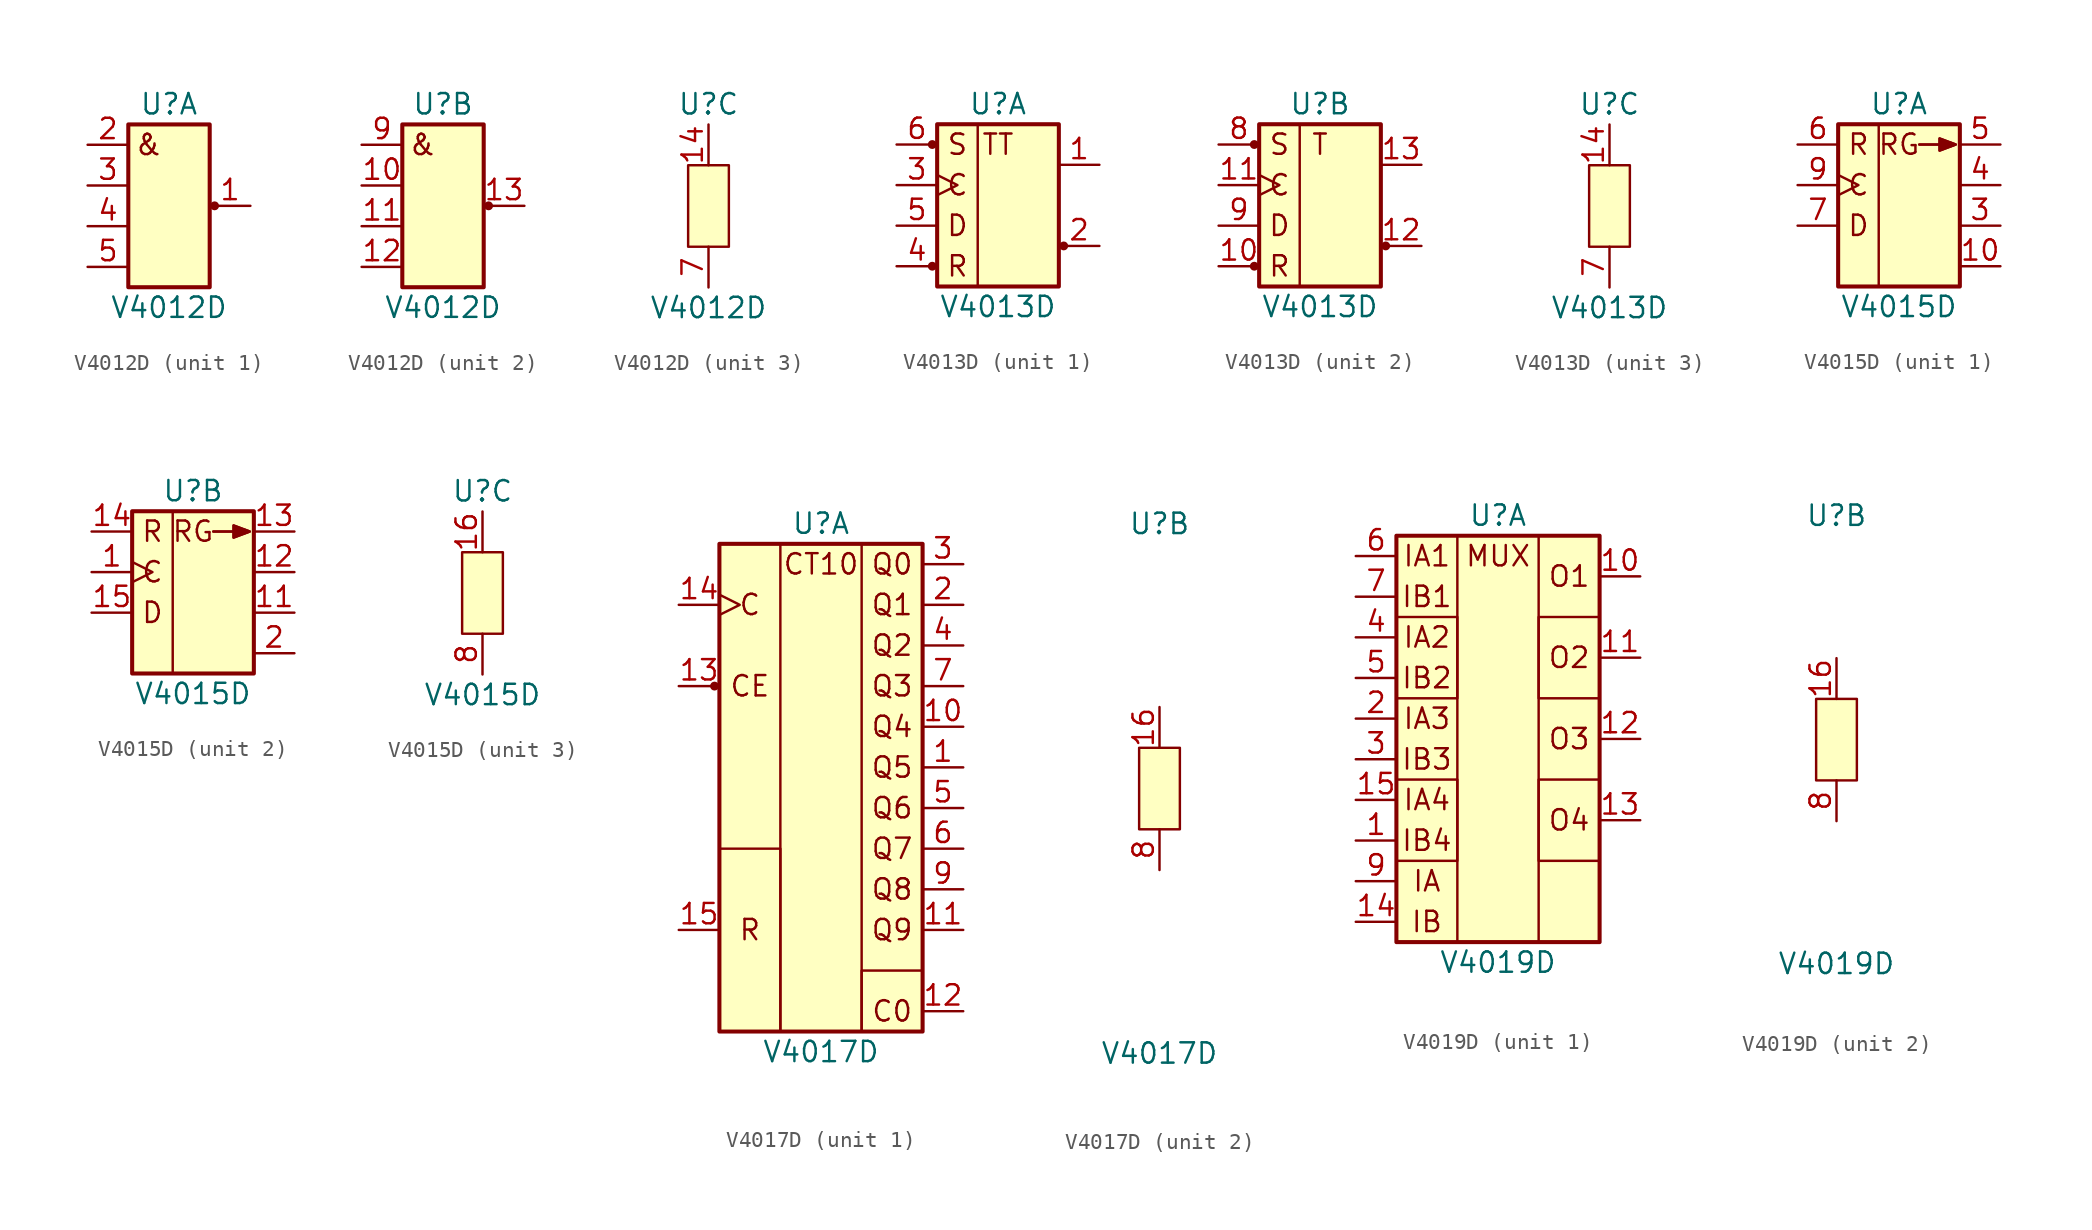
<source format=kicad_sym>
(kicad_symbol_lib
  (version 20211014)
  (generator kicad_symbol_editor)
  (symbol "V4012D"
    (pin_names
      (offset 1.016) hide)
    (property "Reference" "U"
      (at 0 6.35 0)
      (effects (font (size 1.27 1.27))))
    (property "Value" "V4012D"
      (at 0 -6.35 0)
      (effects (font (size 1.27 1.27))))
    (property "ki_locked" ""
      (at 0 0 0)
      (effects (font (size 1.27 1.27))))
    (symbol "V4012D_1_0"
      (pin output line (at 5.08 0 180) (length 2.54) (name "Y1" (effects (font (size 1.27 1.27)))) (number "1" (effects (font (size 1.27 1.27))))))
    (symbol "V4012D_1_1"
      (rectangle (start -2.54 5.08) (end 2.54 -5.08) (stroke (width 0.254) (type default) (color 0 0 0 0)) (fill (type background)))
      (circle (center 2.845 0) (radius 0.203) (stroke (width 0) (type default) (color 0 0 0 0)) (fill (type outline)))
      (text "&" (at -1.27 3.81 0) (effects (font (size 1.27 1.27))))
      (pin input line (at -5.08 3.81 0) (length 2.54) (name "A1" (effects (font (size 1.27 1.27)))) (number "2" (effects (font (size 1.27 1.27)))))
      (pin input line (at -5.08 1.27 0) (length 2.54) (name "B1" (effects (font (size 1.27 1.27)))) (number "3" (effects (font (size 1.27 1.27)))))
      (pin input line (at -5.08 -1.27 0) (length 2.54) (name "C1" (effects (font (size 1.27 1.27)))) (number "4" (effects (font (size 1.27 1.27)))))
      (pin input line (at -5.08 -3.81 0) (length 2.54) (name "D1" (effects (font (size 1.27 1.27)))) (number "5" (effects (font (size 1.27 1.27)))))
      (pin no_connect line (at 5.08 2.54 180) (length 2.54) hide (name "n.c." (effects (font (size 1.27 1.27)))) (number "6" (effects (font (size 1.27 1.27))))))
    (symbol "V4012D_2_1"
      (rectangle (start -2.54 5.08) (end 2.54 -5.08) (stroke (width 0.254) (type default) (color 0 0 0 0)) (fill (type background)))
      (circle (center 2.845 0) (radius 0.203) (stroke (width 0) (type default) (color 0 0 0 0)) (fill (type outline)))
      (text "&" (at -1.27 3.81 0) (effects (font (size 1.27 1.27))))
      (pin input line (at -5.08 1.27 0) (length 2.54) (name "B2" (effects (font (size 1.27 1.27)))) (number "10" (effects (font (size 1.27 1.27)))))
      (pin input line (at -5.08 -1.27 0) (length 2.54) (name "C2" (effects (font (size 1.27 1.27)))) (number "11" (effects (font (size 1.27 1.27)))))
      (pin input line (at -5.08 -3.81 0) (length 2.54) (name "D2" (effects (font (size 1.27 1.27)))) (number "12" (effects (font (size 1.27 1.27)))))
      (pin output line (at 5.08 0 180) (length 2.54) (name "Y2" (effects (font (size 1.27 1.27)))) (number "13" (effects (font (size 1.27 1.27)))))
      (pin no_connect line (at 5.08 2.54 180) (length 2.54) hide (name "n.c." (effects (font (size 1.27 1.27)))) (number "8" (effects (font (size 1.27 1.27)))))
      (pin input line (at -5.08 3.81 0) (length 2.54) (name "A2" (effects (font (size 1.27 1.27)))) (number "9" (effects (font (size 1.27 1.27))))))
    (symbol "V4012D_3_1"
      (rectangle (start -1.27 2.54) (end 1.27 -2.54) (stroke (width 0) (type default) (color 0 0 0 0)) (fill (type background)))
      (pin power_in line (at 0 5.08 270) (length 2.54) (name "Vcc" (effects (font (size 1.27 1.27)))) (number "14" (effects (font (size 1.27 1.27)))))
      (pin power_in line (at 0 -5.08 90) (length 2.54) (name "GND" (effects (font (size 1.27 1.27)))) (number "7" (effects (font (size 1.27 1.27)))))))
  (symbol "V4013D"
    (pin_names
      (offset 1.016) hide)
    (property "Reference" "U"
      (at 0 6.35 0)
      (effects (font (size 1.27 1.27))))
    (property "Value" "V4013D"
      (at 0 -6.35 0)
      (effects (font (size 1.27 1.27))))
    (property "ki_locked" ""
      (at 0 0 0)
      (effects (font (size 1.27 1.27))))
    (symbol "V4013D_1_1"
      (circle (center -4.115 -3.81) (radius 0.203) (stroke (width 0) (type default) (color 0 0 0 0)) (fill (type outline)))
      (circle (center -4.115 3.81) (radius 0.203) (stroke (width 0) (type default) (color 0 0 0 0)) (fill (type outline)))
      (rectangle (start -3.81 5.08) (end -1.27 -5.08) (stroke (width 0) (type default) (color 0 0 0 0)) (fill (type none)))
      (rectangle (start -3.81 5.08) (end 3.81 -5.08) (stroke (width 0.254) (type default) (color 0 0 0 0)) (fill (type background)))
      (circle (center 4.115 -2.54) (radius 0.203) (stroke (width 0) (type default) (color 0 0 0 0)) (fill (type outline)))
      (text "C" (at -2.54 1.27 0) (effects (font (size 1.27 1.27))))
      (text "D" (at -2.54 -1.27 0) (effects (font (size 1.27 1.27))))
      (text "R" (at -2.54 -3.81 0) (effects (font (size 1.27 1.27))))
      (text "S" (at -2.54 3.81 0) (effects (font (size 1.27 1.27))))
      (text "TT" (at 0 3.81 0) (effects (font (size 1.27 1.27))))
      (pin output line (at 6.35 2.54 180) (length 2.54) (name "Q1" (effects (font (size 1.27 1.27)))) (number "1" (effects (font (size 1.27 1.27)))))
      (pin output line (at 6.35 -2.54 180) (length 2.54) (name "/Q1" (effects (font (size 1.27 1.27)))) (number "2" (effects (font (size 1.27 1.27)))))
      (pin input clock (at -6.35 1.27 0) (length 2.54) (name "T1" (effects (font (size 1.27 1.27)))) (number "3" (effects (font (size 1.27 1.27)))))
      (pin input line (at -6.35 -3.81 0) (length 2.54) (name "R1" (effects (font (size 1.27 1.27)))) (number "4" (effects (font (size 1.27 1.27)))))
      (pin input line (at -6.35 -1.27 0) (length 2.54) (name "D1" (effects (font (size 1.27 1.27)))) (number "5" (effects (font (size 1.27 1.27)))))
      (pin input line (at -6.35 3.81 0) (length 2.54) (name "S1" (effects (font (size 1.27 1.27)))) (number "6" (effects (font (size 1.27 1.27))))))
    (symbol "V4013D_2_1"
      (circle (center -4.115 -3.81) (radius 0.203) (stroke (width 0) (type default) (color 0 0 0 0)) (fill (type outline)))
      (circle (center -4.115 3.81) (radius 0.203) (stroke (width 0) (type default) (color 0 0 0 0)) (fill (type outline)))
      (rectangle (start -3.81 5.08) (end -1.27 -5.08) (stroke (width 0) (type default) (color 0 0 0 0)) (fill (type none)))
      (rectangle (start -3.81 5.08) (end 3.81 -5.08) (stroke (width 0.254) (type default) (color 0 0 0 0)) (fill (type background)))
      (circle (center 4.115 -2.54) (radius 0.203) (stroke (width 0) (type default) (color 0 0 0 0)) (fill (type outline)))
      (text "C" (at -2.54 1.27 0) (effects (font (size 1.27 1.27))))
      (text "D" (at -2.54 -1.27 0) (effects (font (size 1.27 1.27))))
      (text "R" (at -2.54 -3.81 0) (effects (font (size 1.27 1.27))))
      (text "S" (at -2.54 3.81 0) (effects (font (size 1.27 1.27))))
      (text "T" (at 0 3.81 0) (effects (font (size 1.27 1.27))))
      (pin input line (at -6.35 -3.81 0) (length 2.54) (name "R2" (effects (font (size 1.27 1.27)))) (number "10" (effects (font (size 1.27 1.27)))))
      (pin input clock (at -6.35 1.27 0) (length 2.54) (name "T2" (effects (font (size 1.27 1.27)))) (number "11" (effects (font (size 1.27 1.27)))))
      (pin output line (at 6.35 -2.54 180) (length 2.54) (name "/Q2" (effects (font (size 1.27 1.27)))) (number "12" (effects (font (size 1.27 1.27)))))
      (pin output line (at 6.35 2.54 180) (length 2.54) (name "Q2" (effects (font (size 1.27 1.27)))) (number "13" (effects (font (size 1.27 1.27)))))
      (pin input line (at -6.35 3.81 0) (length 2.54) (name "S2" (effects (font (size 1.27 1.27)))) (number "8" (effects (font (size 1.27 1.27)))))
      (pin input line (at -6.35 -1.27 0) (length 2.54) (name "D2" (effects (font (size 1.27 1.27)))) (number "9" (effects (font (size 1.27 1.27))))))
    (symbol "V4013D_3_1"
      (rectangle (start -1.27 2.54) (end 1.27 -2.54) (stroke (width 0) (type default) (color 0 0 0 0)) (fill (type background)))
      (pin power_in line (at 0 5.08 270) (length 2.54) (name "Vcc" (effects (font (size 1.27 1.27)))) (number "14" (effects (font (size 1.27 1.27)))))
      (pin power_in line (at 0 -5.08 90) (length 2.54) (name "GND" (effects (font (size 1.27 1.27)))) (number "7" (effects (font (size 1.27 1.27)))))))
  (symbol "V4015D"
    (pin_names
      (offset 1.016) hide)
    (property "Reference" "U"
      (at 0 6.35 0)
      (effects (font (size 1.27 1.27))))
    (property "Value" "V4015D"
      (at 0 -6.35 0)
      (effects (font (size 1.27 1.27))))
    (property "ki_locked" ""
      (at 0 0 0)
      (effects (font (size 1.27 1.27))))
    (symbol "V4015D_1_1"
      (rectangle (start -3.81 5.08) (end -1.27 -5.08) (stroke (width 0) (type default) (color 0 0 0 0)) (fill (type none)))
      (rectangle (start -3.81 5.08) (end 3.81 -5.08) (stroke (width 0.254) (type default) (color 0 0 0 0)) (fill (type background)))
      (polyline (pts (xy 1.27 3.81) (xy 2.54 3.81)) (stroke (width 0) (type default) (color 0 0 0 0)) (fill (type none)))
      (polyline (pts (xy 1.27 3.81) (xy 2.54 3.81)) (stroke (width 0) (type default) (color 0 0 0 0)) (fill (type none)))
      (polyline (pts (xy 2.54 3.429) (xy 3.556 3.81) (xy 2.54 4.191) (xy 2.54 3.429)) (stroke (width 0) (type default) (color 0 0 0 0)) (fill (type outline)))
      (polyline (pts (xy 2.54 3.429) (xy 3.556 3.81) (xy 2.54 4.191) (xy 2.54 3.429)) (stroke (width 0) (type default) (color 0 0 0 0)) (fill (type outline)))
      (text "C" (at -2.54 1.27 0) (effects (font (size 1.27 1.27))))
      (text "D" (at -2.54 -1.27 0) (effects (font (size 1.27 1.27))))
      (text "R" (at -2.54 3.81 0) (effects (font (size 1.27 1.27))))
      (text "RG" (at 0 3.81 0) (effects (font (size 1.27 1.27))))
      (pin output line (at 6.35 -3.81 180) (length 2.54) (name "Q13" (effects (font (size 1.27 1.27)))) (number "10" (effects (font (size 1.27 1.27)))))
      (pin output line (at 6.35 -1.27 180) (length 2.54) (name "Q12" (effects (font (size 1.27 1.27)))) (number "3" (effects (font (size 1.27 1.27)))))
      (pin output line (at 6.35 1.27 180) (length 2.54) (name "Q11" (effects (font (size 1.27 1.27)))) (number "4" (effects (font (size 1.27 1.27)))))
      (pin output line (at 6.35 3.81 180) (length 2.54) (name "Q10" (effects (font (size 1.27 1.27)))) (number "5" (effects (font (size 1.27 1.27)))))
      (pin input line (at -6.35 3.81 0) (length 2.54) (name "R1" (effects (font (size 1.27 1.27)))) (number "6" (effects (font (size 1.27 1.27)))))
      (pin input line (at -6.35 -1.27 0) (length 2.54) (name "D1" (effects (font (size 1.27 1.27)))) (number "7" (effects (font (size 1.27 1.27)))))
      (pin input clock (at -6.35 1.27 0) (length 2.54) (name "T1" (effects (font (size 1.27 1.27)))) (number "9" (effects (font (size 1.27 1.27))))))
    (symbol "V4015D_2_1"
      (rectangle (start -3.81 5.08) (end -1.27 -5.08) (stroke (width 0) (type default) (color 0 0 0 0)) (fill (type none)))
      (rectangle (start -3.81 5.08) (end 3.81 -5.08) (stroke (width 0.254) (type default) (color 0 0 0 0)) (fill (type background)))
      (polyline (pts (xy 1.27 3.81) (xy 2.54 3.81)) (stroke (width 0) (type default) (color 0 0 0 0)) (fill (type none)))
      (polyline (pts (xy 1.27 3.81) (xy 2.54 3.81)) (stroke (width 0) (type default) (color 0 0 0 0)) (fill (type none)))
      (polyline (pts (xy 2.54 3.429) (xy 3.556 3.81) (xy 2.54 4.191) (xy 2.54 3.429)) (stroke (width 0) (type default) (color 0 0 0 0)) (fill (type outline)))
      (polyline (pts (xy 2.54 3.429) (xy 3.556 3.81) (xy 2.54 4.191) (xy 2.54 3.429)) (stroke (width 0) (type default) (color 0 0 0 0)) (fill (type outline)))
      (text "C" (at -2.54 1.27 0) (effects (font (size 1.27 1.27))))
      (text "D" (at -2.54 -1.27 0) (effects (font (size 1.27 1.27))))
      (text "R" (at -2.54 3.81 0) (effects (font (size 1.27 1.27))))
      (text "RG" (at 0 3.81 0) (effects (font (size 1.27 1.27))))
      (pin input clock (at -6.35 1.27 0) (length 2.54) (name "T2" (effects (font (size 1.27 1.27)))) (number "1" (effects (font (size 1.27 1.27)))))
      (pin output line (at 6.35 -1.27 180) (length 2.54) (name "Q22" (effects (font (size 1.27 1.27)))) (number "11" (effects (font (size 1.27 1.27)))))
      (pin output line (at 6.35 1.27 180) (length 2.54) (name "Q21" (effects (font (size 1.27 1.27)))) (number "12" (effects (font (size 1.27 1.27)))))
      (pin output line (at 6.35 3.81 180) (length 2.54) (name "Q20" (effects (font (size 1.27 1.27)))) (number "13" (effects (font (size 1.27 1.27)))))
      (pin input line (at -6.35 3.81 0) (length 2.54) (name "R2" (effects (font (size 1.27 1.27)))) (number "14" (effects (font (size 1.27 1.27)))))
      (pin input line (at -6.35 -1.27 0) (length 2.54) (name "D2" (effects (font (size 1.27 1.27)))) (number "15" (effects (font (size 1.27 1.27)))))
      (pin output line (at 6.35 -3.81 180) (length 2.54) (name "Q23" (effects (font (size 1.27 1.27)))) (number "2" (effects (font (size 1.27 1.27))))))
    (symbol "V4015D_3_1"
      (rectangle (start -1.27 2.54) (end 1.27 -2.54) (stroke (width 0) (type default) (color 0 0 0 0)) (fill (type background)))
      (pin power_in line (at 0 5.08 270) (length 2.54) (name "Vcc" (effects (font (size 1.27 1.27)))) (number "16" (effects (font (size 1.27 1.27)))))
      (pin power_in line (at 0 -5.08 90) (length 2.54) (name "GND" (effects (font (size 1.27 1.27)))) (number "8" (effects (font (size 1.27 1.27)))))))
  (symbol "V4017D"
    (pin_names
      (offset 1.016) hide)
    (property "Reference" "U"
      (at 0 16.51 0)
      (effects (font (size 1.27 1.27))))
    (property "Value" "V4017D"
      (at 0 -16.51 0)
      (effects (font (size 1.27 1.27))))
    (property "ki_locked" ""
      (at 0 0 0)
      (effects (font (size 1.27 1.27))))
    (symbol "V4017D_1_0"
      (text "C" (at -4.445 11.43 0) (effects (font (size 1.27 1.27))))
      (text "C0" (at 4.445 -13.97 0) (effects (font (size 1.27 1.27))))
      (text "CE" (at -4.445 6.35 0) (effects (font (size 1.27 1.27))))
      (text "CT10" (at 0 13.97 0) (effects (font (size 1.27 1.27))))
      (text "Q0" (at 4.445 13.97 0) (effects (font (size 1.27 1.27))))
      (text "Q1" (at 4.445 11.43 0) (effects (font (size 1.27 1.27))))
      (text "Q2" (at 4.445 8.89 0) (effects (font (size 1.27 1.27))))
      (text "Q3" (at 4.445 6.35 0) (effects (font (size 1.27 1.27))))
      (text "Q4" (at 4.445 3.81 0) (effects (font (size 1.27 1.27))))
      (text "Q5" (at 4.445 1.27 0) (effects (font (size 1.27 1.27))))
      (text "Q6" (at 4.445 -1.27 0) (effects (font (size 1.27 1.27))))
      (text "Q7" (at 4.445 -3.81 0) (effects (font (size 1.27 1.27))))
      (text "Q8" (at 4.445 -6.35 0) (effects (font (size 1.27 1.27))))
      (text "Q9" (at 4.445 -8.89 0) (effects (font (size 1.27 1.27))))
      (text "R" (at -4.445 -8.89 0) (effects (font (size 1.27 1.27)))))
    (symbol "V4017D_1_1"
      (circle (center -6.655 6.35) (radius 0.203) (stroke (width 0) (type default) (color 0 0 0 0)) (fill (type outline)))
      (rectangle (start -6.35 -3.81) (end -2.54 -15.24) (stroke (width 0) (type default) (color 0 0 0 0)) (fill (type none)))
      (rectangle (start -6.35 15.24) (end 6.35 -15.24) (stroke (width 0.254) (type default) (color 0 0 0 0)) (fill (type background)))
      (rectangle (start -2.54 15.24) (end 2.54 -15.24) (stroke (width 0) (type default) (color 0 0 0 0)) (fill (type none)))
      (rectangle (start 2.54 -11.43) (end 6.35 -15.24) (stroke (width 0) (type default) (color 0 0 0 0)) (fill (type none)))
      (pin output line (at 8.89 1.27 180) (length 2.54) (name "Q5" (effects (font (size 1.27 1.27)))) (number "1" (effects (font (size 1.27 1.27)))))
      (pin output line (at 8.89 3.81 180) (length 2.54) (name "Q4" (effects (font (size 1.27 1.27)))) (number "10" (effects (font (size 1.27 1.27)))))
      (pin output line (at 8.89 -8.89 180) (length 2.54) (name "Q9" (effects (font (size 1.27 1.27)))) (number "11" (effects (font (size 1.27 1.27)))))
      (pin output line (at 8.89 -13.97 180) (length 2.54) (name "C0" (effects (font (size 1.27 1.27)))) (number "12" (effects (font (size 1.27 1.27)))))
      (pin input line (at -8.89 6.35 0) (length 2.54) (name "~{CE}" (effects (font (size 1.27 1.27)))) (number "13" (effects (font (size 1.27 1.27)))))
      (pin input clock (at -8.89 11.43 0) (length 2.54) (name "C" (effects (font (size 1.27 1.27)))) (number "14" (effects (font (size 1.27 1.27)))))
      (pin input line (at -8.89 -8.89 0) (length 2.54) (name "R" (effects (font (size 1.27 1.27)))) (number "15" (effects (font (size 1.27 1.27)))))
      (pin output line (at 8.89 11.43 180) (length 2.54) (name "Q1" (effects (font (size 1.27 1.27)))) (number "2" (effects (font (size 1.27 1.27)))))
      (pin output line (at 8.89 13.97 180) (length 2.54) (name "Q0" (effects (font (size 1.27 1.27)))) (number "3" (effects (font (size 1.27 1.27)))))
      (pin output line (at 8.89 8.89 180) (length 2.54) (name "Q2" (effects (font (size 1.27 1.27)))) (number "4" (effects (font (size 1.27 1.27)))))
      (pin output line (at 8.89 -1.27 180) (length 2.54) (name "Q6" (effects (font (size 1.27 1.27)))) (number "5" (effects (font (size 1.27 1.27)))))
      (pin output line (at 8.89 -3.81 180) (length 2.54) (name "Q7" (effects (font (size 1.27 1.27)))) (number "6" (effects (font (size 1.27 1.27)))))
      (pin output line (at 8.89 6.35 180) (length 2.54) (name "Q3" (effects (font (size 1.27 1.27)))) (number "7" (effects (font (size 1.27 1.27)))))
      (pin output line (at 8.89 -6.35 180) (length 2.54) (name "Q8" (effects (font (size 1.27 1.27)))) (number "9" (effects (font (size 1.27 1.27))))))
    (symbol "V4017D_2_1"
      (rectangle (start -1.27 2.54) (end 1.27 -2.54) (stroke (width 0) (type default) (color 0 0 0 0)) (fill (type background)))
      (pin power_in line (at 0 5.08 270) (length 2.54) (name "Vcc" (effects (font (size 1.27 1.27)))) (number "16" (effects (font (size 1.27 1.27)))))
      (pin power_in line (at 0 -5.08 90) (length 2.54) (name "GND" (effects (font (size 1.27 1.27)))) (number "8" (effects (font (size 1.27 1.27)))))))
  (symbol "V4019D"
    (pin_names
      (offset 1.016) hide)
    (property "Reference" "U"
      (at 0 13.97 0)
      (effects (font (size 1.27 1.27))))
    (property "Value" "V4019D"
      (at 0 -13.97 0)
      (effects (font (size 1.27 1.27))))
    (property "ki_locked" ""
      (at 0 0 0)
      (effects (font (size 1.27 1.27))))
    (symbol "V4019D_1_1"
      (rectangle (start -6.35 -2.54) (end -2.54 -7.62) (stroke (width 0) (type default) (color 0 0 0 0)) (fill (type none)))
      (rectangle (start -6.35 7.62) (end -2.54 2.54) (stroke (width 0) (type default) (color 0 0 0 0)) (fill (type none)))
      (rectangle (start -6.35 12.7) (end 6.35 -12.7) (stroke (width 0.254) (type default) (color 0 0 0 0)) (fill (type background)))
      (rectangle (start -2.54 12.7) (end 2.54 -12.7) (stroke (width 0) (type default) (color 0 0 0 0)) (fill (type none)))
      (rectangle (start 2.54 -2.54) (end 6.35 -7.62) (stroke (width 0) (type default) (color 0 0 0 0)) (fill (type none)))
      (rectangle (start 2.54 7.62) (end 6.35 2.54) (stroke (width 0) (type default) (color 0 0 0 0)) (fill (type none)))
      (text "IA" (at -4.445 -8.89 0) (effects (font (size 1.27 1.27))))
      (text "IA1" (at -4.445 11.43 0) (effects (font (size 1.27 1.27))))
      (text "IA2" (at -4.445 6.35 0) (effects (font (size 1.27 1.27))))
      (text "IA3" (at -4.445 1.27 0) (effects (font (size 1.27 1.27))))
      (text "IA4" (at -4.445 -3.81 0) (effects (font (size 1.27 1.27))))
      (text "IB" (at -4.445 -11.43 0) (effects (font (size 1.27 1.27))))
      (text "IB1" (at -4.445 8.89 0) (effects (font (size 1.27 1.27))))
      (text "IB2" (at -4.445 3.81 0) (effects (font (size 1.27 1.27))))
      (text "IB3" (at -4.445 -1.27 0) (effects (font (size 1.27 1.27))))
      (text "IB4" (at -4.445 -6.35 0) (effects (font (size 1.27 1.27))))
      (text "MUX" (at 0 11.43 0) (effects (font (size 1.27 1.27))))
      (text "O1" (at 4.445 10.16 0) (effects (font (size 1.27 1.27))))
      (text "O2" (at 4.445 5.08 0) (effects (font (size 1.27 1.27))))
      (text "O3" (at 4.445 0 0) (effects (font (size 1.27 1.27))))
      (text "O4" (at 4.445 -5.08 0) (effects (font (size 1.27 1.27))))
      (pin input line (at -8.89 -6.35 0) (length 2.54) (name "IB4" (effects (font (size 1.27 1.27)))) (number "1" (effects (font (size 1.27 1.27)))))
      (pin output line (at 8.89 10.16 180) (length 2.54) (name "O1" (effects (font (size 1.27 1.27)))) (number "10" (effects (font (size 1.27 1.27)))))
      (pin output line (at 8.89 5.08 180) (length 2.54) (name "O2" (effects (font (size 1.27 1.27)))) (number "11" (effects (font (size 1.27 1.27)))))
      (pin output line (at 8.89 0 180) (length 2.54) (name "O3" (effects (font (size 1.27 1.27)))) (number "12" (effects (font (size 1.27 1.27)))))
      (pin output line (at 8.89 -5.08 180) (length 2.54) (name "O4" (effects (font (size 1.27 1.27)))) (number "13" (effects (font (size 1.27 1.27)))))
      (pin input line (at -8.89 -11.43 0) (length 2.54) (name "IB" (effects (font (size 1.27 1.27)))) (number "14" (effects (font (size 1.27 1.27)))))
      (pin input line (at -8.89 -3.81 0) (length 2.54) (name "IA4" (effects (font (size 1.27 1.27)))) (number "15" (effects (font (size 1.27 1.27)))))
      (pin input line (at -8.89 1.27 0) (length 2.54) (name "IA3" (effects (font (size 1.27 1.27)))) (number "2" (effects (font (size 1.27 1.27)))))
      (pin input line (at -8.89 -1.27 0) (length 2.54) (name "IB3" (effects (font (size 1.27 1.27)))) (number "3" (effects (font (size 1.27 1.27)))))
      (pin input line (at -8.89 6.35 0) (length 2.54) (name "IA2" (effects (font (size 1.27 1.27)))) (number "4" (effects (font (size 1.27 1.27)))))
      (pin input line (at -8.89 3.81 0) (length 2.54) (name "IB2" (effects (font (size 1.27 1.27)))) (number "5" (effects (font (size 1.27 1.27)))))
      (pin input line (at -8.89 11.43 0) (length 2.54) (name "IA1" (effects (font (size 1.27 1.27)))) (number "6" (effects (font (size 1.27 1.27)))))
      (pin input line (at -8.89 8.89 0) (length 2.54) (name "IB1" (effects (font (size 1.27 1.27)))) (number "7" (effects (font (size 1.27 1.27)))))
      (pin input line (at -8.89 -8.89 0) (length 2.54) (name "IA" (effects (font (size 1.27 1.27)))) (number "9" (effects (font (size 1.27 1.27))))))
    (symbol "V4019D_2_1"
      (rectangle (start -1.27 2.54) (end 1.27 -2.54) (stroke (width 0) (type default) (color 0 0 0 0)) (fill (type background)))
      (pin power_in line (at 0 5.08 270) (length 2.54) (name "Vcc" (effects (font (size 1.27 1.27)))) (number "16" (effects (font (size 1.27 1.27)))))
      (pin power_in line (at 0 -5.08 90) (length 2.54) (name "GND" (effects (font (size 1.27 1.27)))) (number "8" (effects (font (size 1.27 1.27))))))))
</source>
